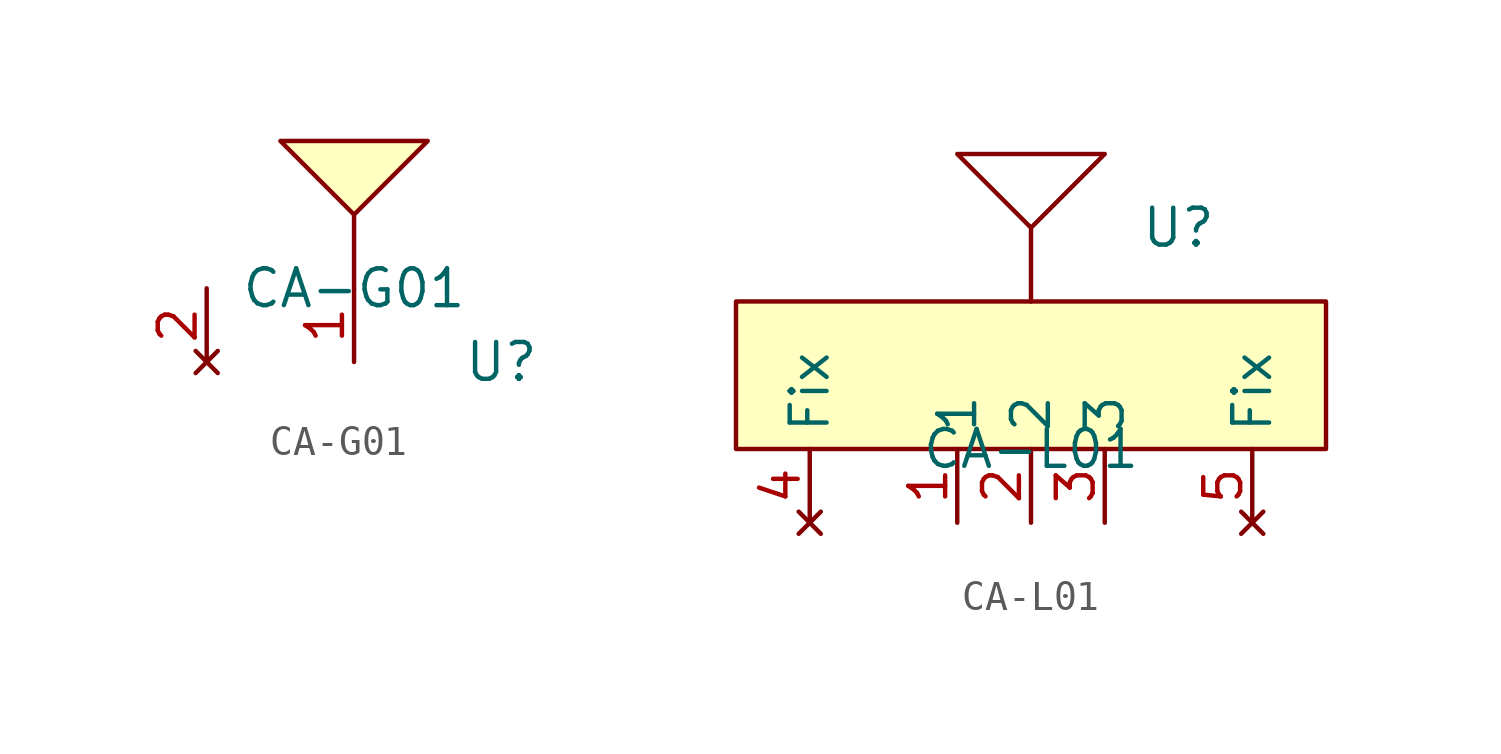
<source format=kicad_sym>
(kicad_symbol_lib
  (version 20220914)
  (generator kicad_symbol_editor)
  (symbol "CA-G01"
    (property "Reference" "U"
      (at 5.08 -2.54 0)
      (effects (font (size 1.27 1.27))))
    (property "Value" "CA-G01"
      (at 0 0 0)
      (effects (font (size 1.27 1.27))))
    (symbol "CA-G01_0_1"
      (polyline (pts (xy 0 0) (xy 0 2.54) (xy -2.54 5.08) (xy 2.54 5.08) (xy 0 2.54)) (stroke (width 0) (type default)) (fill (type background))))
    (symbol "CA-G01_1_1"
      (pin input line (at 0 -2.54 90) (length 2.54) (name "" (effects (font (size 1.27 1.27)))) (number "1" (effects (font (size 1.27 1.27)))))
      (pin no_connect line (at -5.08 -2.54 90) (length 2.54) (name "" (effects (font (size 1.27 1.27)))) (number "2" (effects (font (size 1.27 1.27)))))))
  (symbol "CA-L01"
    (property "Reference" "U"
      (at 5.08 7.62 0)
      (effects (font (size 1.27 1.27))))
    (property "Value" "CA-L01"
      (at 0 0 0)
      (effects (font (size 1.27 1.27))))
    (symbol "CA-L01_0_1"
      (rectangle (start -10.16 5.08) (end 10.16 0) (stroke (width 0) (type default)) (fill (type background)))
      (polyline (pts (xy 0 5.08) (xy 0 7.62) (xy -2.54 10.16) (xy 2.54 10.16) (xy 0 7.62)) (stroke (width 0) (type default)) (fill (type none))))
    (symbol "CA-L01_1_1"
      (pin input line (at -2.54 -2.54 90) (length 2.54) (name "1" (effects (font (size 1.27 1.27)))) (number "1" (effects (font (size 1.27 1.27)))))
      (pin input line (at 0 -2.54 90) (length 2.54) (name "2" (effects (font (size 1.27 1.27)))) (number "2" (effects (font (size 1.27 1.27)))))
      (pin input line (at 2.54 -2.54 90) (length 2.54) (name "3" (effects (font (size 1.27 1.27)))) (number "3" (effects (font (size 1.27 1.27)))))
      (pin no_connect line (at -7.62 -2.54 90) (length 2.54) (name "Fix" (effects (font (size 1.27 1.27)))) (number "4" (effects (font (size 1.27 1.27)))))
      (pin no_connect line (at 7.62 -2.54 90) (length 2.54) (name "Fix" (effects (font (size 1.27 1.27)))) (number "5" (effects (font (size 1.27 1.27))))))))
</source>
